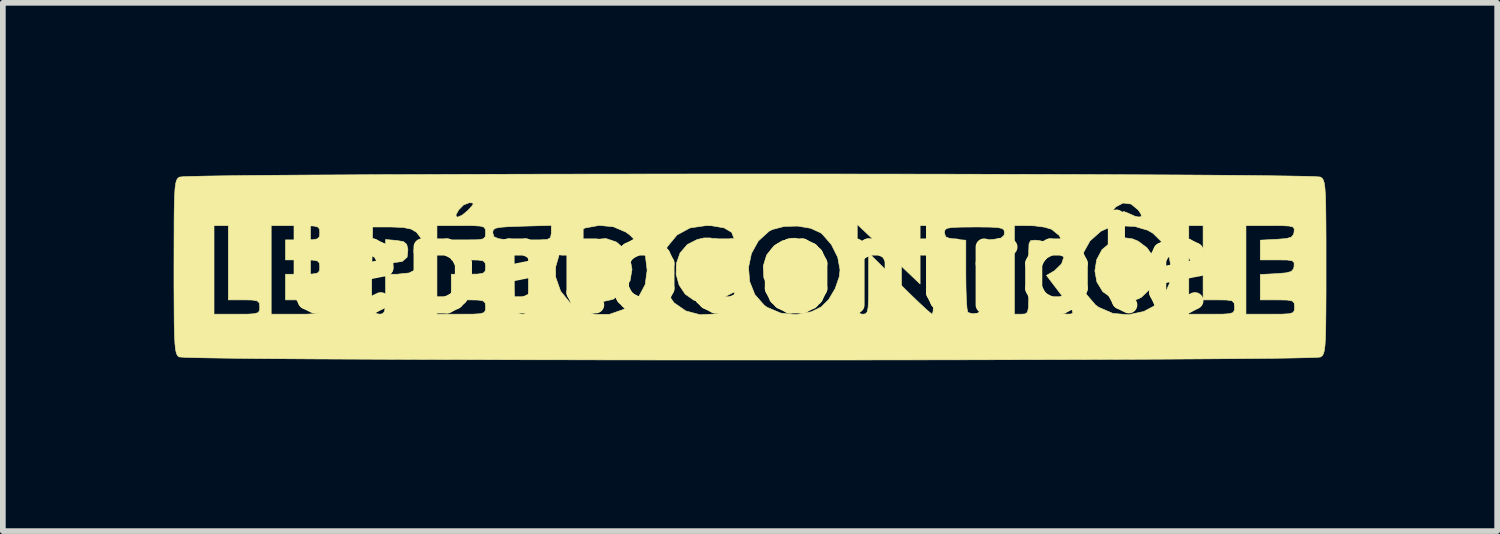
<source format=kicad_pcb>
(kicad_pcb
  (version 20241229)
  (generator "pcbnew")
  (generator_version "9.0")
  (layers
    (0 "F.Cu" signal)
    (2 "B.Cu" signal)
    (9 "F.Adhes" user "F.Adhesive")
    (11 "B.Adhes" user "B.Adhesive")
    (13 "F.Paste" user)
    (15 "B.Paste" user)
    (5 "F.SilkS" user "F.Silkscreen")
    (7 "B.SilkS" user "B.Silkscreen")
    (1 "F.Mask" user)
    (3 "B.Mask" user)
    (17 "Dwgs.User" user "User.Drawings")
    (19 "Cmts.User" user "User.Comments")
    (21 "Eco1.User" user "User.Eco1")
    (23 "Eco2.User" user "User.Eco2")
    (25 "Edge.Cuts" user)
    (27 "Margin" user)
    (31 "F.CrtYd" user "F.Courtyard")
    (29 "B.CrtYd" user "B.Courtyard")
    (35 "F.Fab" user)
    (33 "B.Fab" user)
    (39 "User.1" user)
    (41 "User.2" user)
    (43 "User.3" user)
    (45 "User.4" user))
  (footprint "lepetocontrole"
    (layer "F.Cu")
    (at 10.095 1.614)
    (property "Reference" "lepetocontrole" (at 0 0 0) (layer "F.SilkS") (effects (font (size 1.524 1.524) (thickness 0.3))))
    (attr through_hole)
    (fp_poly (pts (xy -6.187 -0.442) (xy -6.061 -0.422) (xy -6.003 -0.373) (xy -5.982 -0.282) (xy -5.996 -0.147) (xy -6.081 -0.073) (xy -6.237 -0.051) (xy -6.325 -0.059) (xy -6.365 -0.105) (xy -6.375 -0.216) (xy -6.375 -0.254) (xy -6.375 -0.458) (xy -6.187 -0.442)) (stroke (width 0.01) (type solid)) (fill yes) (layer "F.SilkS"))
    (fp_poly (pts (xy 5.083 -0.442) (xy 5.192 -0.422) (xy 5.237 -0.367) (xy 5.246 -0.251) (xy 5.236 -0.132) (xy 5.19 -0.079) (xy 5.083 -0.06) (xy 4.979 -0.055) (xy 4.932 -0.087) (xy 4.92 -0.18) (xy 4.919 -0.251) (xy 4.924 -0.382) (xy 4.952 -0.438) (xy 5.027 -0.447) (xy 5.083 -0.442)) (stroke (width 0.01) (type solid)) (fill yes) (layer "F.SilkS"))
    (fp_poly (pts (xy 0.998 -0.436) (xy 1.166 -0.314) (xy 1.292 -0.133) (xy 1.336 0.072) (xy 1.301 0.277) (xy 1.192 0.455) (xy 1.03 0.573) (xy 0.848 0.64) (xy 0.697 0.637) (xy 0.532 0.563) (xy 0.513 0.552) (xy 0.353 0.403) (xy 0.268 0.214) (xy 0.257 0.01) (xy 0.317 -0.186) (xy 0.448 -0.349) (xy 0.588 -0.434) (xy 0.802 -0.483) (xy 0.998 -0.436)) (stroke (width 0.01) (type solid)) (fill yes) (layer "F.SilkS"))
    (fp_poly (pts (xy -2.323 -0.415) (xy -2.179 -0.292) (xy -2.083 -0.126) (xy -2.047 0.066) (xy -2.081 0.265) (xy -2.196 0.452) (xy -2.196 0.453) (xy -2.378 0.591) (xy -2.582 0.637) (xy -2.79 0.588) (xy -2.846 0.557) (xy -3.007 0.424) (xy -3.09 0.263) (xy -3.112 0.06) (xy -3.067 -0.164) (xy -2.938 -0.338) (xy -2.734 -0.45) (xy -2.716 -0.456) (xy -2.506 -0.476) (xy -2.323 -0.415)) (stroke (width 0.01) (type solid)) (fill yes) (layer "F.SilkS"))
    (fp_poly (pts (xy 6.744 -0.469) (xy 6.841 -0.429) (xy 6.996 -0.312) (xy 7.117 -0.143) (xy 7.176 0.038) (xy 7.178 0.075) (xy 7.138 0.25) (xy 7.036 0.424) (xy 6.899 0.555) (xy 6.845 0.583) (xy 6.693 0.637) (xy 6.575 0.642) (xy 6.437 0.599) (xy 6.391 0.579) (xy 6.219 0.457) (xy 6.116 0.287) (xy 6.081 0.093) (xy 6.112 -0.104) (xy 6.206 -0.28) (xy 6.363 -0.412) (xy 6.466 -0.455) (xy 6.618 -0.487) (xy 6.744 -0.469)) (stroke (width 0.01) (type solid)) (fill yes) (layer "F.SilkS"))
    (fp_poly (pts (xy 0.787 -1.609) (xy 1.653 -1.608) (xy 2.507 -1.607) (xy 3.345 -1.606) (xy 4.16 -1.604) (xy 4.947 -1.602) (xy 5.699 -1.6) (xy 6.411 -1.597) (xy 7.077 -1.594) (xy 7.69 -1.591) (xy 8.246 -1.587) (xy 8.738 -1.583) (xy 9.161 -1.578) (xy 9.507 -1.573) (xy 9.773 -1.568) (xy 9.951 -1.562) (xy 10.037 -1.556) (xy 10.043 -1.554) (xy 10.07 -1.535) (xy 10.092 -1.504) (xy 10.109 -1.45) (xy 10.121 -1.361) (xy 10.13 -1.227) (xy 10.135 -1.038) (xy 10.138 -0.782) (xy 10.14 -0.448) (xy 10.14 -0.026) (xy 10.14 0.025) (xy 10.14 0.457) (xy 10.138 0.8) (xy 10.135 1.064) (xy 10.13 1.26) (xy 10.122 1.399) (xy 10.11 1.492) (xy 10.094 1.55) (xy 10.073 1.583) (xy 10.046 1.603) (xy 10.043 1.605) (xy 9.982 1.611) (xy 9.826 1.616) (xy 9.582 1.622) (xy 9.256 1.627) (xy 8.852 1.631) (xy 8.377 1.635) (xy 7.837 1.639) (xy 7.238 1.643) (xy 6.585 1.646) (xy 5.884 1.649) (xy 5.142 1.651) (xy 4.364 1.653) (xy 3.556 1.655) (xy 2.723 1.656) (xy 1.872 1.657) (xy 1.009 1.657) (xy 0.139 1.657) (xy -0.732 1.657) (xy -1.598 1.657) (xy -2.453 1.656) (xy -3.291 1.654) (xy -4.106 1.653) (xy -4.893 1.65) (xy -5.646 1.648) (xy -6.358 1.645) (xy -7.024 1.642) (xy -7.639 1.639) (xy -8.196 1.635) (xy -8.689 1.631) (xy -9.112 1.626) (xy -9.461 1.621) (xy -9.728 1.616) (xy -9.908 1.61) (xy -9.995 1.604) (xy -10.002 1.602) (xy -10.027 1.581) (xy -10.047 1.543) (xy -10.062 1.476) (xy -10.073 1.37) (xy -10.081 1.215) (xy -10.086 1) (xy -10.088 0.713) (xy -10.09 0.345) (xy -10.09 0.024) (xy -10.089 -0.408) (xy -10.088 -0.703) (xy -9.387 -0.703) (xy -9.387 0.853) (xy -8.985 0.853) (xy -8.786 0.852) (xy -8.667 0.844) (xy -8.607 0.822) (xy -8.586 0.781) (xy -8.584 0.728) (xy -8.591 0.656) (xy -8.629 0.619) (xy -8.722 0.604) (xy -8.86 0.602) (xy -9.136 0.602) (xy -9.136 -0.703) (xy -8.383 -0.703) (xy -8.383 0.853) (xy -7.956 0.853) (xy -7.75 0.852) (xy -7.624 0.845) (xy -7.558 0.825) (xy -7.533 0.788) (xy -7.53 0.728) (xy -7.536 0.658) (xy -7.571 0.621) (xy -7.658 0.605) (xy -7.82 0.602) (xy -7.831 0.602) (xy -8.132 0.602) (xy -8.132 0.282) (xy -6.618 0.282) (xy -6.618 0.507) (xy -6.614 0.679) (xy -6.607 0.776) (xy -6.604 0.788) (xy -6.539 0.842) (xy -6.477 0.853) (xy -6.424 0.844) (xy -6.393 0.803) (xy -6.379 0.707) (xy -6.375 0.536) (xy -6.375 0.502) (xy -6.375 0.151) (xy -6.171 0.151) (xy -5.961 0.129) (xy -5.823 0.058) (xy -5.739 -0.075) (xy -5.733 -0.091) (xy -5.703 -0.3) (xy -5.756 -0.488) (xy -5.833 -0.587) (xy -5.925 -0.641) (xy -6.065 -0.67) (xy -6.267 -0.678) (xy -6.601 -0.678) (xy -6.615 0.023) (xy -6.618 0.282) (xy -8.132 0.282) (xy -8.132 0.151) (xy -7.831 0.151) (xy -7.664 0.148) (xy -7.574 0.133) (xy -7.537 0.097) (xy -7.53 0.029) (xy -7.53 0.025) (xy -7.536 -0.044) (xy -7.571 -0.082) (xy -7.658 -0.097) (xy -7.82 -0.1) (xy -7.831 -0.1) (xy -8.132 -0.1) (xy -8.132 -0.452) (xy -7.831 -0.452) (xy -7.664 -0.454) (xy -7.574 -0.469) (xy -7.537 -0.505) (xy -7.53 -0.573) (xy -7.53 -0.577) (xy -7.534 -0.638) (xy -7.559 -0.675) (xy -7.625 -0.694) (xy -7.751 -0.702) (xy -7.956 -0.703) (xy -5.472 -0.703) (xy -5.472 0.853) (xy -5.045 0.853) (xy -4.838 0.852) (xy -4.712 0.845) (xy -4.647 0.825) (xy -4.622 0.788) (xy -4.618 0.728) (xy -4.625 0.658) (xy -4.659 0.621) (xy -4.746 0.605) (xy -4.909 0.602) (xy -4.919 0.602) (xy -5.221 0.602) (xy -5.221 0.151) (xy -4.919 0.151) (xy -4.752 0.148) (xy -4.662 0.133) (xy -4.625 0.097) (xy -4.618 0.029) (xy -4.618 0.025) (xy -4.625 -0.044) (xy -4.659 -0.082) (xy -4.746 -0.097) (xy -4.909 -0.1) (xy -4.919 -0.1) (xy -5.221 -0.1) (xy -5.221 -0.452) (xy -4.919 -0.452) (xy -4.752 -0.454) (xy -4.662 -0.469) (xy -4.625 -0.505) (xy -4.618 -0.573) (xy -4.618 -0.577) (xy -4.493 -0.577) (xy -4.471 -0.507) (xy -4.389 -0.472) (xy -4.304 -0.461) (xy -4.116 -0.446) (xy -4.116 0.17) (xy -4.114 0.41) (xy -4.107 0.611) (xy -4.096 0.755) (xy -4.083 0.819) (xy -4.083 0.82) (xy -4.009 0.849) (xy -3.957 0.853) (xy -3.92 0.846) (xy -3.894 0.813) (xy -3.878 0.738) (xy -3.869 0.606) (xy -3.866 0.401) (xy -3.865 0.201) (xy -3.865 0.026) (xy -3.389 0.026) (xy -3.388 0.201) (xy -3.301 0.448) (xy -3.142 0.645) (xy -2.933 0.784) (xy -2.693 0.857) (xy -2.442 0.855) (xy -2.2 0.771) (xy -2.115 0.716) (xy -1.923 0.535) (xy -1.816 0.334) (xy -1.794 0.174) (xy -1.542 0.174) (xy -1.464 0.423) (xy -1.459 0.435) (xy -1.31 0.652) (xy -1.102 0.796) (xy -0.85 0.863) (xy -0.567 0.848) (xy -0.339 0.778) (xy -0.268 0.699) (xy -0.251 0.602) (xy -0.251 0.463) (xy -0.437 0.558) (xy -0.589 0.619) (xy -0.728 0.651) (xy -0.751 0.652) (xy -0.956 0.611) (xy -1.114 0.5) (xy -1.22 0.341) (xy -1.272 0.154) (xy -1.269 0.032) (xy -0.001 0.032) (xy 0.019 0.28) (xy 0.11 0.508) (xy 0.274 0.695) (xy 0.325 0.732) (xy 0.566 0.834) (xy 0.837 0.86) (xy 1.104 0.81) (xy 1.274 0.727) (xy 1.407 0.595) (xy 1.52 0.404) (xy 1.592 0.197) (xy 1.606 0.075) (xy 1.604 0.065) (xy 1.908 0.065) (xy 1.908 0.362) (xy 1.911 0.573) (xy 1.919 0.713) (xy 1.932 0.797) (xy 1.954 0.838) (xy 1.985 0.852) (xy 2.008 0.853) (xy 2.052 0.847) (xy 2.081 0.816) (xy 2.098 0.742) (xy 2.106 0.609) (xy 2.108 0.398) (xy 2.108 0.315) (xy 2.108 -0.224) (xy 2.649 0.315) (xy 2.839 0.502) (xy 3.004 0.66) (xy 3.132 0.779) (xy 3.21 0.844) (xy 3.226 0.853) (xy 4.668 0.853) (xy 4.794 0.853) (xy 4.859 0.848) (xy 4.896 0.819) (xy 4.914 0.744) (xy 4.919 0.601) (xy 4.919 0.492) (xy 4.919 0.131) (xy 5.183 0.491) (xy 5.32 0.67) (xy 5.421 0.78) (xy 5.503 0.835) (xy 5.584 0.852) (xy 5.587 0.852) (xy 5.659 0.85) (xy 5.693 0.833) (xy 5.684 0.787) (xy 5.627 0.696) (xy 5.517 0.547) (xy 5.443 0.45) (xy 5.231 0.172) (xy 5.371 0.091) (xy 5.436 0.028) (xy 5.822 0.028) (xy 5.841 0.275) (xy 5.931 0.504) (xy 6.093 0.692) (xy 6.148 0.732) (xy 6.397 0.839) (xy 6.672 0.863) (xy 6.941 0.805) (xy 7.116 0.712) (xy 7.291 0.532) (xy 7.393 0.309) (xy 7.423 0.065) (xy 7.383 -0.177) (xy 7.276 -0.395) (xy 7.102 -0.567) (xy 7.009 -0.621) (xy 6.781 -0.688) (xy 6.529 -0.698) (xy 6.295 -0.653) (xy 6.186 -0.603) (xy 5.995 -0.433) (xy 5.874 -0.216) (xy 5.822 0.028) (xy 5.436 0.028) (xy 5.496 -0.031) (xy 5.551 -0.194) (xy 5.536 -0.37) (xy 5.455 -0.529) (xy 5.321 -0.638) (xy 5.197 -0.675) (xy 5.024 -0.698) (xy 4.932 -0.702) (xy 4.668 -0.703) (xy 7.73 -0.703) (xy 7.73 0.853) (xy 8.132 0.853) (xy 8.331 0.852) (xy 8.45 0.844) (xy 8.51 0.822) (xy 8.531 0.781) (xy 8.534 0.728) (xy 8.526 0.656) (xy 8.489 0.619) (xy 8.395 0.604) (xy 8.258 0.602) (xy 7.981 0.602) (xy 7.981 -0.703) (xy 8.734 -0.703) (xy 8.734 0.853) (xy 9.161 0.853) (xy 9.368 0.852) (xy 9.494 0.845) (xy 9.559 0.825) (xy 9.584 0.788) (xy 9.588 0.728) (xy 9.581 0.658) (xy 9.547 0.621) (xy 9.46 0.605) (xy 9.297 0.602) (xy 9.287 0.602) (xy 8.985 0.602) (xy 8.985 0.156) (xy 9.274 0.141) (xy 9.439 0.127) (xy 9.529 0.103) (xy 9.568 0.058) (xy 9.579 0.013) (xy 9.58 -0.05) (xy 9.548 -0.084) (xy 9.461 -0.098) (xy 9.295 -0.1) (xy 9.29 -0.1) (xy 8.985 -0.1) (xy 8.985 -0.447) (xy 9.274 -0.462) (xy 9.439 -0.475) (xy 9.529 -0.499) (xy 9.568 -0.545) (xy 9.579 -0.59) (xy 9.582 -0.644) (xy 9.559 -0.678) (xy 9.491 -0.695) (xy 9.359 -0.702) (xy 9.165 -0.703) (xy 8.734 -0.703) (xy 7.981 -0.703) (xy 7.73 -0.703) (xy 4.668 -0.703) (xy 4.668 0.853) (xy 3.226 0.853) (xy 3.239 0.806) (xy 3.249 0.675) (xy 3.257 0.478) (xy 3.262 0.232) (xy 3.263 0.075) (xy 3.263 -0.577) (xy 3.439 -0.577) (xy 3.46 -0.507) (xy 3.542 -0.472) (xy 3.627 -0.461) (xy 3.815 -0.446) (xy 3.815 0.17) (xy 3.818 0.41) (xy 3.825 0.612) (xy 3.836 0.756) (xy 3.85 0.821) (xy 3.851 0.822) (xy 3.924 0.845) (xy 3.989 0.843) (xy 4.031 0.831) (xy 4.06 0.797) (xy 4.08 0.725) (xy 4.092 0.599) (xy 4.1 0.402) (xy 4.105 0.191) (xy 4.119 -0.446) (xy 4.306 -0.461) (xy 4.433 -0.484) (xy 4.486 -0.532) (xy 4.493 -0.577) (xy 4.486 -0.622) (xy 4.454 -0.651) (xy 4.38 -0.668) (xy 4.245 -0.676) (xy 4.032 -0.678) (xy 3.966 -0.678) (xy 3.73 -0.676) (xy 3.578 -0.67) (xy 3.49 -0.656) (xy 3.45 -0.63) (xy 3.439 -0.59) (xy 3.439 -0.577) (xy 3.263 -0.577) (xy 3.263 -0.703) (xy 3.012 -0.703) (xy 3.012 0.323) (xy 2.723 0.048) (xy 2.537 -0.129) (xy 2.333 -0.322) (xy 2.171 -0.475) (xy 1.908 -0.724) (xy 1.908 0.065) (xy 1.604 0.065) (xy 1.565 -0.147) (xy 1.454 -0.369) (xy 1.296 -0.551) (xy 1.265 -0.576) (xy 1.089 -0.656) (xy 0.862 -0.694) (xy 0.626 -0.688) (xy 0.421 -0.635) (xy 0.363 -0.606) (xy 0.172 -0.433) (xy 0.05 -0.213) (xy -0.001 0.032) (xy -1.269 0.032) (xy -1.267 -0.04) (xy -1.203 -0.222) (xy -1.076 -0.37) (xy -0.903 -0.458) (xy -0.783 -0.486) (xy -0.673 -0.486) (xy -0.541 -0.453) (xy -0.352 -0.382) (xy -0.339 -0.376) (xy -0.273 -0.37) (xy -0.251 -0.439) (xy -0.251 -0.463) (xy -0.297 -0.584) (xy -0.431 -0.663) (xy -0.65 -0.7) (xy -0.744 -0.703) (xy -1.028 -0.662) (xy -1.256 -0.538) (xy -1.425 -0.334) (xy -1.443 -0.299) (xy -1.535 -0.055) (xy -1.542 0.174) (xy -1.794 0.174) (xy -1.782 0.087) (xy -1.782 0.075) (xy -1.812 -0.17) (xy -1.91 -0.367) (xy -2.091 -0.542) (xy -2.158 -0.59) (xy -2.374 -0.682) (xy -2.624 -0.706) (xy -2.87 -0.661) (xy -3.017 -0.59) (xy -3.192 -0.425) (xy -3.321 -0.208) (xy -3.389 0.026) (xy -3.865 0.026) (xy -3.865 -0.452) (xy -3.664 -0.452) (xy -3.535 -0.459) (xy -3.478 -0.491) (xy -3.464 -0.567) (xy -3.464 -0.579) (xy -3.464 -0.706) (xy -3.978 -0.692) (xy -4.21 -0.684) (xy -4.36 -0.673) (xy -4.445 -0.656) (xy -4.483 -0.627) (xy -4.493 -0.584) (xy -4.493 -0.577) (xy -4.618 -0.577) (xy -4.622 -0.638) (xy -4.647 -0.675) (xy -4.713 -0.694) (xy -4.84 -0.702) (xy -5.045 -0.703) (xy -5.472 -0.703) (xy -7.956 -0.703) (xy -8.383 -0.703) (xy -9.136 -0.703) (xy -9.387 -0.703) (xy -10.088 -0.703) (xy -10.088 -0.75) (xy -10.087 -0.889) (xy -5.14 -0.889) (xy -5.125 -0.855) (xy -5.105 -0.853) (xy -5.027 -0.887) (xy -5.025 -0.889) (xy 6.356 -0.889) (xy 6.371 -0.855) (xy 6.389 -0.853) (xy 6.48 -0.886) (xy 6.517 -0.915) (xy 6.587 -0.951) (xy 6.677 -0.915) (xy 6.789 -0.865) (xy 6.854 -0.853) (xy 6.9 -0.864) (xy 6.886 -0.913) (xy 6.842 -0.977) (xy 6.717 -1.081) (xy 6.576 -1.099) (xy 6.447 -1.03) (xy 6.405 -0.979) (xy 6.356 -0.889) (xy -5.025 -0.889) (xy -4.928 -0.97) (xy -4.919 -0.979) (xy -4.844 -1.063) (xy -4.836 -1.098) (xy -4.892 -1.104) (xy -4.905 -1.104) (xy -5.006 -1.065) (xy -5.09 -0.979) (xy -5.14 -0.889) (xy -10.087 -0.889) (xy -10.085 -1.014) (xy -10.08 -1.21) (xy -10.072 -1.349) (xy -10.06 -1.442) (xy -10.044 -1.5) (xy -10.023 -1.533) (xy -9.996 -1.553) (xy -9.993 -1.554) (xy -9.932 -1.561) (xy -9.776 -1.566) (xy -9.532 -1.572) (xy -9.204 -1.577) (xy -8.8 -1.582) (xy -8.325 -1.586) (xy -7.785 -1.59) (xy -7.185 -1.593) (xy -6.532 -1.597) (xy -5.831 -1.599) (xy -5.089 -1.602) (xy -4.31 -1.604) (xy -3.501 -1.606) (xy -2.669 -1.607) (xy -1.818 -1.608) (xy -0.954 -1.609) (xy -0.084 -1.609) (xy 0.787 -1.609)) (stroke (width 0.01) (type solid)) (fill yes) (layer "F.SilkS")))
  (gr_rect
    (start -3 -3)
    (end 23.24 6.276)
    (stroke (width 0.1) (type default))
    (fill no)
    (layer "Edge.Cuts")))
</source>
